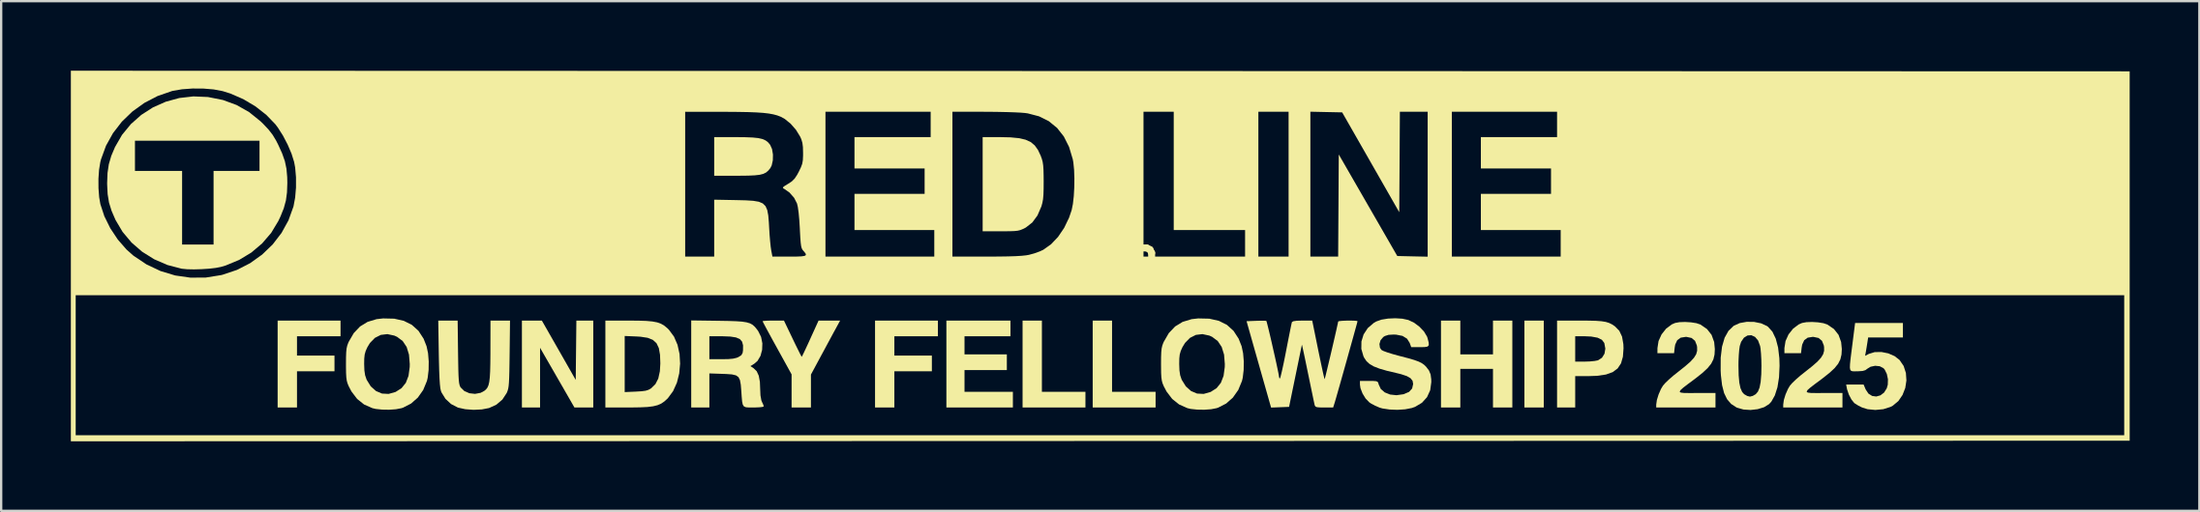
<source format=kicad_pcb>
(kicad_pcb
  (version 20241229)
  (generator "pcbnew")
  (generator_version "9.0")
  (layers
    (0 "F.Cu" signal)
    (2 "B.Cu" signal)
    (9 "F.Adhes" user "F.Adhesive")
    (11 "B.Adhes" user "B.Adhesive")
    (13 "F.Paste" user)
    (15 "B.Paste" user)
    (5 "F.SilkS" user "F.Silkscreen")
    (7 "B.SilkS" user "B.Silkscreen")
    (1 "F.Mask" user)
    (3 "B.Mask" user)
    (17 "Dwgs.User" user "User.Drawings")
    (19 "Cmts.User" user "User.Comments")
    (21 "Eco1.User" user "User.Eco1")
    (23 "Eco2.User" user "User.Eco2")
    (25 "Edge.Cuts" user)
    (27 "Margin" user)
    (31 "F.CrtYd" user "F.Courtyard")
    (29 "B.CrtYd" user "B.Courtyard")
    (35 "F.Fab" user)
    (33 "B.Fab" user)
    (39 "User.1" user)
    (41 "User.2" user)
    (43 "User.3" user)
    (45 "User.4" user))
  (footprint "sign"
    (layer "F.Cu")
    (at 44.554 7.964)
    (property "Reference" "sign" (at 0 0 0) (layer "F.SilkS") (effects (font (size 1.5 1.5) (thickness 0.3))))
    (attr board_only exclude_from_pos_files exclude_from_bom)
    (fp_poly (pts (xy 18.842 4.684) (xy 18.842 6.558) (xy 18.425 6.558) (xy 18.009 6.558) (xy 18.009 4.684) (xy 18.009 2.811) (xy 18.425 2.811) (xy 18.842 2.811)) (stroke (width 0) (type solid)) (fill yes) (layer "F.SilkS"))
    (fp_poly (pts (xy -2.759 4.346) (xy -2.759 5.882) (xy -1.822 5.882) (xy -0.885 5.882) (xy -0.885 6.22) (xy -0.885 6.558) (xy -2.238 6.558) (xy -3.591 6.558) (xy -3.591 4.684) (xy -3.591 2.811) (xy -3.175 2.811) (xy -2.759 2.811)) (stroke (width 0) (type solid)) (fill yes) (layer "F.SilkS"))
    (fp_poly (pts (xy 0.26 4.346) (xy 0.26 5.882) (xy 1.197 5.882) (xy 2.134 5.882) (xy 2.134 6.22) (xy 2.134 6.558) (xy 0.781 6.558) (xy -0.573 6.558) (xy -0.573 4.684) (xy -0.573 2.811) (xy -0.156 2.811) (xy 0.26 2.811)) (stroke (width 0) (type solid)) (fill yes) (layer "F.SilkS"))
    (fp_poly (pts (xy -32.947 3.149) (xy -32.947 3.487) (xy -33.884 3.487) (xy -34.821 3.487) (xy -34.821 3.904) (xy -34.821 4.32) (xy -34.014 4.32) (xy -33.207 4.32) (xy -33.207 4.658) (xy -33.207 4.997) (xy -34.014 4.997) (xy -34.821 4.997) (xy -34.821 5.777) (xy -34.821 6.558) (xy -35.237 6.558) (xy -35.654 6.558) (xy -35.654 4.684) (xy -35.654 2.811) (xy -34.3 2.811) (xy -32.947 2.811)) (stroke (width 0) (type solid)) (fill yes) (layer "F.SilkS"))
    (fp_poly (pts (xy -22.069 4.684) (xy -22.069 6.558) (xy -22.474 6.558) (xy -22.88 6.558) (xy -23.619 5.271) (xy -24.359 3.984) (xy -24.359 5.271) (xy -24.359 6.558) (xy -24.749 6.558) (xy -25.14 6.558) (xy -25.14 4.684) (xy -25.14 2.811) (xy -24.71 2.811) (xy -24.281 2.812) (xy -23.552 4.09) (xy -22.824 5.369) (xy -22.81 4.09) (xy -22.796 2.811) (xy -22.432 2.811) (xy -22.069 2.811)) (stroke (width 0) (type solid)) (fill yes) (layer "F.SilkS"))
    (fp_poly (pts (xy -7.235 3.149) (xy -7.235 3.487) (xy -8.172 3.487) (xy -9.109 3.487) (xy -9.109 3.904) (xy -9.109 4.32) (xy -8.302 4.32) (xy -7.495 4.32) (xy -7.495 4.658) (xy -7.495 4.997) (xy -8.302 4.997) (xy -9.109 4.997) (xy -9.109 5.777) (xy -9.109 6.558) (xy -9.525 6.558) (xy -9.941 6.558) (xy -9.941 4.684) (xy -9.941 2.811) (xy -8.588 2.811) (xy -7.235 2.811)) (stroke (width 0) (type solid)) (fill yes) (layer "F.SilkS"))
    (fp_poly (pts (xy -15.523 -5.097) (xy -15.207 -5.084) (xy -14.965 -5.059) (xy -14.784 -5.017) (xy -14.648 -4.956) (xy -14.542 -4.873) (xy -14.456 -4.77) (xy -14.374 -4.586) (xy -14.335 -4.35) (xy -14.34 -4.102) (xy -14.388 -3.882) (xy -14.447 -3.765) (xy -14.535 -3.658) (xy -14.63 -3.576) (xy -14.749 -3.517) (xy -14.906 -3.477) (xy -15.116 -3.453) (xy -15.396 -3.44) (xy -15.76 -3.436) (xy -15.888 -3.435) (xy -16.864 -3.435) (xy -16.864 -4.268) (xy -16.864 -5.101) (xy -15.928 -5.101)) (stroke (width 0) (type solid)) (fill yes) (layer "F.SilkS"))
    (fp_poly (pts (xy -4.112 3.149) (xy -4.112 3.487) (xy -5.101 3.487) (xy -6.09 3.487) (xy -6.09 3.878) (xy -6.09 4.268) (xy -5.179 4.268) (xy -4.268 4.268) (xy -4.268 4.606) (xy -4.268 4.945) (xy -5.179 4.945) (xy -6.09 4.945) (xy -6.09 5.413) (xy -6.09 5.882) (xy -5.049 5.882) (xy -4.008 5.882) (xy -4.008 6.22) (xy -4.008 6.558) (xy -5.439 6.558) (xy -6.87 6.558) (xy -6.87 4.684) (xy -6.87 2.811) (xy -5.491 2.811) (xy -4.112 2.811)) (stroke (width 0) (type solid)) (fill yes) (layer "F.SilkS"))
    (fp_poly (pts (xy 15.25 3.539) (xy 15.25 4.268) (xy 15.953 4.268) (xy 16.656 4.268) (xy 16.656 3.539) (xy 16.656 2.811) (xy 17.072 2.811) (xy 17.489 2.811) (xy 17.489 4.684) (xy 17.489 6.558) (xy 17.072 6.558) (xy 16.656 6.558) (xy 16.656 5.725) (xy 16.656 4.893) (xy 15.953 4.893) (xy 15.25 4.893) (xy 15.25 5.725) (xy 15.25 6.558) (xy 14.834 6.558) (xy 14.418 6.558) (xy 14.418 4.684) (xy 14.418 2.811) (xy 14.834 2.811) (xy 15.25 2.811)) (stroke (width 0) (type solid)) (fill yes) (layer "F.SilkS"))
    (fp_poly (pts (xy -4.113 -5.091) (xy -3.752 -5.056) (xy -3.466 -4.991) (xy -3.242 -4.889) (xy -3.068 -4.744) (xy -2.929 -4.55) (xy -2.812 -4.302) (xy -2.809 -4.294) (xy -2.76 -4.159) (xy -2.726 -4.029) (xy -2.704 -3.882) (xy -2.691 -3.693) (xy -2.685 -3.44) (xy -2.683 -3.201) (xy -2.685 -2.869) (xy -2.693 -2.617) (xy -2.71 -2.423) (xy -2.739 -2.264) (xy -2.78 -2.116) (xy -2.781 -2.112) (xy -2.95 -1.722) (xy -3.172 -1.42) (xy -3.448 -1.204) (xy -3.485 -1.184) (xy -3.597 -1.129) (xy -3.696 -1.09) (xy -3.807 -1.064) (xy -3.948 -1.05) (xy -4.143 -1.043) (xy -4.413 -1.041) (xy -4.534 -1.041) (xy -5.309 -1.041) (xy -5.309 -3.071) (xy -5.309 -5.101) (xy -4.564 -5.101)) (stroke (width 0) (type solid)) (fill yes) (layer "F.SilkS"))
    (fp_poly (pts (xy -13.488 3.591) (xy -13.363 3.851) (xy -13.253 4.073) (xy -13.168 4.244) (xy -13.113 4.348) (xy -13.097 4.372) (xy -13.071 4.327) (xy -13.01 4.203) (xy -12.921 4.015) (xy -12.812 3.78) (xy -12.726 3.591) (xy -12.372 2.811) (xy -11.908 2.811) (xy -11.444 2.811) (xy -11.649 3.188) (xy -11.746 3.366) (xy -11.878 3.611) (xy -12.031 3.895) (xy -12.191 4.192) (xy -12.277 4.352) (xy -12.7 5.139) (xy -12.7 5.848) (xy -12.7 6.558) (xy -13.116 6.558) (xy -13.533 6.558) (xy -13.533 5.844) (xy -13.533 5.13) (xy -14.157 3.997) (xy -14.329 3.685) (xy -14.482 3.404) (xy -14.611 3.166) (xy -14.708 2.984) (xy -14.767 2.87) (xy -14.782 2.837) (xy -14.734 2.826) (xy -14.605 2.816) (xy -14.419 2.811) (xy -14.321 2.811) (xy -13.861 2.811)) (stroke (width 0) (type solid)) (fill yes) (layer "F.SilkS"))
    (fp_poly (pts (xy 20.788 2.813) (xy 21.093 2.821) (xy 21.328 2.839) (xy 21.509 2.868) (xy 21.653 2.912) (xy 21.777 2.973) (xy 21.898 3.054) (xy 21.905 3.059) (xy 22.092 3.25) (xy 22.211 3.502) (xy 22.268 3.826) (xy 22.275 4.008) (xy 22.249 4.366) (xy 22.168 4.653) (xy 22.023 4.873) (xy 21.809 5.033) (xy 21.518 5.137) (xy 21.143 5.192) (xy 20.787 5.205) (xy 20.195 5.205) (xy 20.195 5.882) (xy 20.195 6.558) (xy 19.805 6.558) (xy 19.414 6.558) (xy 19.414 4.684) (xy 19.414 4.034) (xy 20.195 4.034) (xy 20.195 4.58) (xy 20.604 4.58) (xy 20.824 4.573) (xy 21.026 4.553) (xy 21.168 4.526) (xy 21.178 4.523) (xy 21.348 4.413) (xy 21.456 4.238) (xy 21.492 4.021) (xy 21.449 3.786) (xy 21.445 3.774) (xy 21.344 3.64) (xy 21.159 3.549) (xy 20.884 3.499) (xy 20.613 3.487) (xy 20.195 3.487) (xy 20.195 4.034) (xy 19.414 4.034) (xy 19.414 2.811) (xy 20.396 2.811)) (stroke (width 0) (type solid)) (fill yes) (layer "F.SilkS"))
    (fp_poly (pts (xy -20.12 2.814) (xy -19.785 2.825) (xy -19.523 2.849) (xy -19.317 2.888) (xy -19.153 2.947) (xy -19.013 3.029) (xy -18.883 3.137) (xy -18.809 3.211) (xy -18.594 3.503) (xy -18.442 3.857) (xy -18.355 4.252) (xy -18.331 4.669) (xy -18.369 5.088) (xy -18.469 5.489) (xy -18.632 5.851) (xy -18.855 6.154) (xy -18.881 6.181) (xy -19.013 6.301) (xy -19.148 6.393) (xy -19.304 6.46) (xy -19.495 6.507) (xy -19.737 6.537) (xy -20.048 6.552) (xy -20.442 6.558) (xy -20.569 6.558) (xy -21.548 6.558) (xy -21.548 4.685) (xy -20.716 4.685) (xy -20.716 5.894) (xy -20.232 5.873) (xy -19.986 5.858) (xy -19.816 5.835) (xy -19.693 5.797) (xy -19.589 5.739) (xy -19.574 5.728) (xy -19.394 5.55) (xy -19.271 5.31) (xy -19.202 4.997) (xy -19.182 4.658) (xy -19.196 4.283) (xy -19.247 3.996) (xy -19.347 3.787) (xy -19.504 3.643) (xy -19.73 3.553) (xy -20.035 3.507) (xy -20.208 3.496) (xy -20.716 3.475) (xy -20.716 4.685) (xy -21.548 4.685) (xy -21.548 4.684) (xy -21.548 2.811) (xy -20.543 2.811)) (stroke (width 0) (type solid)) (fill yes) (layer "F.SilkS"))
    (fp_poly (pts (xy -27.889 4.179) (xy -27.883 4.599) (xy -27.877 4.927) (xy -27.869 5.177) (xy -27.858 5.361) (xy -27.844 5.493) (xy -27.825 5.585) (xy -27.801 5.651) (xy -27.777 5.693) (xy -27.617 5.85) (xy -27.4 5.944) (xy -27.158 5.971) (xy -26.919 5.927) (xy -26.758 5.841) (xy -26.683 5.777) (xy -26.624 5.699) (xy -26.579 5.596) (xy -26.546 5.454) (xy -26.523 5.262) (xy -26.508 5.007) (xy -26.5 4.676) (xy -26.496 4.258) (xy -26.496 4.099) (xy -26.493 2.811) (xy -26.072 2.811) (xy -25.652 2.811) (xy -25.669 4.255) (xy -25.675 4.685) (xy -25.681 5.025) (xy -25.689 5.288) (xy -25.699 5.486) (xy -25.712 5.634) (xy -25.73 5.745) (xy -25.754 5.832) (xy -25.784 5.909) (xy -25.795 5.934) (xy -25.981 6.217) (xy -26.242 6.439) (xy -26.554 6.582) (xy -26.866 6.642) (xy -27.223 6.659) (xy -27.578 6.633) (xy -27.885 6.565) (xy -27.898 6.561) (xy -28.189 6.41) (xy -28.431 6.185) (xy -28.601 5.909) (xy -28.625 5.847) (xy -28.65 5.739) (xy -28.67 5.561) (xy -28.687 5.305) (xy -28.701 4.965) (xy -28.712 4.533) (xy -28.718 4.229) (xy -28.74 2.811) (xy -28.323 2.811) (xy -27.906 2.811)) (stroke (width 0) (type solid)) (fill yes) (layer "F.SilkS"))
    (fp_poly (pts (xy 25.18 2.886) (xy 25.413 2.923) (xy 25.583 2.98) (xy 25.583 2.98) (xy 25.868 3.176) (xy 26.065 3.427) (xy 26.176 3.735) (xy 26.205 4.038) (xy 26.192 4.276) (xy 26.143 4.482) (xy 26.047 4.671) (xy 25.894 4.861) (xy 25.673 5.067) (xy 25.373 5.305) (xy 25.335 5.334) (xy 25.05 5.546) (xy 24.847 5.702) (xy 24.727 5.81) (xy 24.691 5.878) (xy 24.74 5.916) (xy 24.875 5.932) (xy 25.099 5.935) (xy 25.411 5.934) (xy 25.415 5.934) (xy 26.233 5.934) (xy 26.233 6.246) (xy 26.233 6.558) (xy 24.958 6.558) (xy 23.682 6.558) (xy 23.682 6.436) (xy 23.71 6.236) (xy 23.784 5.996) (xy 23.887 5.76) (xy 23.972 5.617) (xy 24.07 5.504) (xy 24.229 5.351) (xy 24.427 5.179) (xy 24.62 5.025) (xy 24.925 4.783) (xy 25.151 4.585) (xy 25.306 4.415) (xy 25.401 4.263) (xy 25.443 4.114) (xy 25.442 3.957) (xy 25.431 3.884) (xy 25.352 3.684) (xy 25.204 3.561) (xy 24.985 3.514) (xy 24.954 3.513) (xy 24.736 3.548) (xy 24.587 3.657) (xy 24.499 3.846) (xy 24.477 3.976) (xy 24.45 4.216) (xy 24.092 4.216) (xy 23.734 4.216) (xy 23.735 3.995) (xy 23.782 3.693) (xy 23.912 3.407) (xy 24.106 3.16) (xy 24.349 2.977) (xy 24.495 2.913) (xy 24.682 2.879) (xy 24.923 2.87)) (stroke (width 0) (type solid)) (fill yes) (layer "F.SilkS"))
    (fp_poly (pts (xy 30.645 2.886) (xy 30.878 2.923) (xy 31.048 2.98) (xy 31.048 2.98) (xy 31.333 3.176) (xy 31.53 3.427) (xy 31.641 3.735) (xy 31.671 4.038) (xy 31.657 4.276) (xy 31.608 4.482) (xy 31.513 4.671) (xy 31.36 4.861) (xy 31.138 5.067) (xy 30.838 5.305) (xy 30.8 5.334) (xy 30.515 5.546) (xy 30.312 5.702) (xy 30.192 5.81) (xy 30.156 5.878) (xy 30.205 5.916) (xy 30.34 5.932) (xy 30.564 5.935) (xy 30.876 5.934) (xy 30.88 5.934) (xy 31.698 5.934) (xy 31.698 6.246) (xy 31.698 6.558) (xy 30.423 6.558) (xy 29.148 6.558) (xy 29.148 6.436) (xy 29.175 6.236) (xy 29.249 5.996) (xy 29.352 5.76) (xy 29.437 5.617) (xy 29.535 5.504) (xy 29.694 5.351) (xy 29.892 5.179) (xy 30.085 5.025) (xy 30.39 4.783) (xy 30.616 4.585) (xy 30.772 4.415) (xy 30.866 4.263) (xy 30.908 4.114) (xy 30.907 3.957) (xy 30.896 3.884) (xy 30.817 3.684) (xy 30.669 3.561) (xy 30.45 3.514) (xy 30.419 3.513) (xy 30.201 3.548) (xy 30.052 3.657) (xy 29.965 3.846) (xy 29.942 3.976) (xy 29.915 4.216) (xy 29.557 4.216) (xy 29.2 4.216) (xy 29.2 3.995) (xy 29.248 3.693) (xy 29.377 3.407) (xy 29.572 3.16) (xy 29.814 2.977) (xy 29.96 2.913) (xy 30.147 2.879) (xy 30.388 2.87)) (stroke (width 0) (type solid)) (fill yes) (layer "F.SilkS"))
    (fp_poly (pts (xy 27.894 2.868) (xy 28.196 2.929) (xy 28.448 3.045) (xy 28.495 3.079) (xy 28.683 3.289) (xy 28.827 3.59) (xy 28.928 3.973) (xy 28.982 4.435) (xy 28.991 4.762) (xy 28.968 5.258) (xy 28.9 5.686) (xy 28.788 6.038) (xy 28.637 6.307) (xy 28.54 6.413) (xy 28.326 6.546) (xy 28.049 6.631) (xy 27.743 6.666) (xy 27.438 6.646) (xy 27.167 6.569) (xy 27.13 6.552) (xy 26.906 6.405) (xy 26.732 6.202) (xy 26.603 5.936) (xy 26.516 5.594) (xy 26.466 5.168) (xy 26.455 4.971) (xy 26.456 4.762) (xy 27.222 4.762) (xy 27.231 5.172) (xy 27.259 5.489) (xy 27.309 5.725) (xy 27.382 5.89) (xy 27.467 5.985) (xy 27.597 6.06) (xy 27.716 6.09) (xy 27.839 6.058) (xy 27.965 5.985) (xy 28.061 5.872) (xy 28.131 5.698) (xy 28.178 5.452) (xy 28.204 5.123) (xy 28.211 4.762) (xy 28.206 4.493) (xy 28.192 4.232) (xy 28.172 4.016) (xy 28.154 3.907) (xy 28.066 3.669) (xy 27.934 3.514) (xy 27.776 3.442) (xy 27.612 3.453) (xy 27.459 3.548) (xy 27.337 3.725) (xy 27.278 3.907) (xy 27.255 4.069) (xy 27.236 4.301) (xy 27.224 4.567) (xy 27.222 4.762) (xy 26.456 4.762) (xy 26.457 4.41) (xy 26.514 3.937) (xy 26.626 3.551) (xy 26.793 3.252) (xy 27.015 3.038) (xy 27.027 3.03) (xy 27.277 2.918) (xy 27.577 2.864)) (stroke (width 0) (type solid)) (fill yes) (layer "F.SilkS"))
    (fp_poly (pts (xy 34.3 3.227) (xy 34.3 3.539) (xy 33.552 3.539) (xy 32.804 3.539) (xy 32.77 3.761) (xy 32.74 3.949) (xy 32.71 4.129) (xy 32.705 4.156) (xy 32.673 4.33) (xy 32.834 4.247) (xy 33.085 4.17) (xy 33.375 4.165) (xy 33.672 4.225) (xy 33.944 4.344) (xy 34.155 4.509) (xy 34.332 4.769) (xy 34.429 5.07) (xy 34.451 5.393) (xy 34.402 5.716) (xy 34.284 6.018) (xy 34.104 6.281) (xy 33.864 6.482) (xy 33.766 6.534) (xy 33.456 6.632) (xy 33.112 6.665) (xy 32.776 6.632) (xy 32.532 6.554) (xy 32.371 6.472) (xy 32.238 6.389) (xy 32.201 6.36) (xy 32.083 6.212) (xy 31.975 6.005) (xy 31.899 5.785) (xy 31.889 5.738) (xy 31.857 5.569) (xy 32.233 5.57) (xy 32.609 5.57) (xy 32.696 5.778) (xy 32.816 5.96) (xy 32.976 6.061) (xy 33.154 6.085) (xy 33.331 6.035) (xy 33.488 5.917) (xy 33.604 5.733) (xy 33.649 5.574) (xy 33.656 5.342) (xy 33.608 5.112) (xy 33.516 4.924) (xy 33.462 4.862) (xy 33.303 4.78) (xy 33.105 4.76) (xy 32.909 4.801) (xy 32.779 4.88) (xy 32.684 4.949) (xy 32.564 4.984) (xy 32.385 4.996) (xy 32.332 4.997) (xy 32.217 4.999) (xy 32.131 4.996) (xy 32.07 4.977) (xy 32.033 4.929) (xy 32.018 4.838) (xy 32.023 4.693) (xy 32.044 4.482) (xy 32.08 4.19) (xy 32.125 3.839) (xy 32.242 2.915) (xy 33.271 2.915) (xy 34.3 2.915)) (stroke (width 0) (type solid)) (fill yes) (layer "F.SilkS"))
    (fp_poly (pts (xy -30.637 2.728) (xy -30.225 2.821) (xy -29.877 2.995) (xy -29.593 3.252) (xy -29.373 3.59) (xy -29.244 3.916) (xy -29.18 4.217) (xy -29.151 4.574) (xy -29.156 4.941) (xy -29.196 5.277) (xy -29.229 5.417) (xy -29.388 5.802) (xy -29.619 6.131) (xy -29.911 6.389) (xy -30.251 6.564) (xy -30.322 6.588) (xy -30.56 6.634) (xy -30.853 6.655) (xy -31.158 6.65) (xy -31.433 6.621) (xy -31.577 6.587) (xy -31.935 6.428) (xy -32.232 6.19) (xy -32.477 5.867) (xy -32.597 5.638) (xy -32.645 5.522) (xy -32.678 5.404) (xy -32.698 5.26) (xy -32.709 5.068) (xy -32.713 4.804) (xy -32.713 4.684) (xy -31.93 4.684) (xy -31.92 4.959) (xy -31.889 5.166) (xy -31.83 5.342) (xy -31.82 5.366) (xy -31.645 5.649) (xy -31.421 5.848) (xy -31.162 5.958) (xy -30.877 5.973) (xy -30.58 5.889) (xy -30.577 5.888) (xy -30.321 5.724) (xy -30.137 5.495) (xy -30.021 5.194) (xy -29.97 4.816) (xy -29.967 4.684) (xy -30.001 4.277) (xy -30.102 3.947) (xy -30.272 3.693) (xy -30.513 3.512) (xy -30.633 3.458) (xy -30.931 3.394) (xy -31.213 3.428) (xy -31.467 3.556) (xy -31.68 3.774) (xy -31.79 3.956) (xy -31.864 4.12) (xy -31.907 4.271) (xy -31.926 4.447) (xy -31.93 4.684) (xy -32.713 4.684) (xy -32.711 4.389) (xy -32.703 4.174) (xy -32.687 4.015) (xy -32.659 3.891) (xy -32.617 3.776) (xy -32.595 3.726) (xy -32.377 3.35) (xy -32.107 3.065) (xy -31.782 2.866) (xy -31.395 2.749) (xy -31.114 2.717)) (stroke (width 0) (type solid)) (fill yes) (layer "F.SilkS"))
    (fp_poly (pts (xy 4.444 2.728) (xy 4.856 2.821) (xy 5.204 2.995) (xy 5.488 3.252) (xy 5.708 3.59) (xy 5.837 3.916) (xy 5.901 4.217) (xy 5.931 4.574) (xy 5.925 4.941) (xy 5.885 5.277) (xy 5.852 5.417) (xy 5.693 5.802) (xy 5.462 6.131) (xy 5.171 6.389) (xy 4.83 6.564) (xy 4.759 6.588) (xy 4.522 6.634) (xy 4.229 6.655) (xy 3.923 6.65) (xy 3.648 6.621) (xy 3.504 6.587) (xy 3.147 6.428) (xy 2.849 6.19) (xy 2.604 5.867) (xy 2.484 5.638) (xy 2.436 5.522) (xy 2.403 5.404) (xy 2.383 5.26) (xy 2.372 5.068) (xy 2.369 4.804) (xy 2.368 4.684) (xy 3.151 4.684) (xy 3.161 4.959) (xy 3.192 5.166) (xy 3.251 5.342) (xy 3.261 5.366) (xy 3.437 5.649) (xy 3.66 5.848) (xy 3.919 5.958) (xy 4.204 5.973) (xy 4.501 5.889) (xy 4.504 5.888) (xy 4.76 5.724) (xy 4.944 5.495) (xy 5.06 5.194) (xy 5.111 4.816) (xy 5.114 4.684) (xy 5.081 4.277) (xy 4.979 3.947) (xy 4.809 3.693) (xy 4.568 3.512) (xy 4.449 3.458) (xy 4.15 3.394) (xy 3.868 3.428) (xy 3.615 3.556) (xy 3.401 3.774) (xy 3.291 3.956) (xy 3.217 4.12) (xy 3.174 4.271) (xy 3.155 4.447) (xy 3.151 4.684) (xy 2.368 4.684) (xy 2.37 4.389) (xy 2.378 4.174) (xy 2.394 4.015) (xy 2.422 3.891) (xy 2.464 3.776) (xy 2.486 3.726) (xy 2.704 3.35) (xy 2.974 3.065) (xy 3.299 2.866) (xy 3.687 2.749) (xy 3.967 2.717)) (stroke (width 0) (type solid)) (fill yes) (layer "F.SilkS"))
    (fp_poly (pts (xy -16.669 2.82) (xy -16.248 2.827) (xy -15.918 2.838) (xy -15.663 2.856) (xy -15.47 2.886) (xy -15.323 2.93) (xy -15.21 2.993) (xy -15.115 3.079) (xy -15.024 3.19) (xy -14.968 3.268) (xy -14.846 3.515) (xy -14.791 3.792) (xy -14.801 4.073) (xy -14.872 4.335) (xy -15.001 4.552) (xy -15.145 4.676) (xy -15.306 4.774) (xy -15.17 4.863) (xy -15.035 4.994) (xy -14.946 5.187) (xy -14.897 5.454) (xy -14.886 5.737) (xy -14.873 6.035) (xy -14.835 6.247) (xy -14.808 6.317) (xy -14.753 6.434) (xy -14.73 6.511) (xy -14.73 6.512) (xy -14.778 6.533) (xy -14.906 6.549) (xy -15.09 6.557) (xy -15.169 6.558) (xy -15.362 6.559) (xy -15.496 6.549) (xy -15.582 6.514) (xy -15.633 6.437) (xy -15.662 6.301) (xy -15.681 6.09) (xy -15.696 5.866) (xy -15.719 5.58) (xy -15.755 5.379) (xy -15.819 5.249) (xy -15.929 5.172) (xy -16.101 5.132) (xy -16.353 5.114) (xy -16.494 5.109) (xy -17.072 5.089) (xy -17.072 5.824) (xy -17.072 6.558) (xy -17.462 6.558) (xy -17.853 6.558) (xy -17.853 4.681) (xy -17.853 3.982) (xy -17.072 3.982) (xy -17.072 4.476) (xy -16.539 4.476) (xy -16.254 4.471) (xy -16.05 4.452) (xy -15.901 4.417) (xy -15.823 4.385) (xy -15.698 4.306) (xy -15.641 4.206) (xy -15.624 4.091) (xy -15.622 3.877) (xy -15.664 3.719) (xy -15.761 3.608) (xy -15.925 3.538) (xy -16.167 3.5) (xy -16.499 3.487) (xy -16.55 3.487) (xy -17.072 3.487) (xy -17.072 3.982) (xy -17.853 3.982) (xy -17.853 2.804)) (stroke (width 0) (type solid)) (fill yes) (layer "F.SilkS"))
    (fp_poly (pts (xy -38.661 -6.831) (xy -38.645 -6.829) (xy -38.005 -6.701) (xy -37.419 -6.485) (xy -36.88 -6.179) (xy -36.384 -5.778) (xy -36.269 -5.665) (xy -36.044 -5.425) (xy -35.873 -5.205) (xy -35.726 -4.962) (xy -35.632 -4.778) (xy -35.46 -4.399) (xy -35.343 -4.065) (xy -35.274 -3.736) (xy -35.242 -3.376) (xy -35.237 -3.123) (xy -35.251 -2.717) (xy -35.298 -2.368) (xy -35.389 -2.035) (xy -35.531 -1.68) (xy -35.625 -1.481) (xy -35.932 -0.971) (xy -36.322 -0.516) (xy -36.785 -0.124) (xy -37.311 0.195) (xy -37.889 0.435) (xy -38.094 0.496) (xy -38.314 0.539) (xy -38.603 0.573) (xy -38.927 0.594) (xy -39.253 0.603) (xy -39.546 0.597) (xy -39.774 0.575) (xy -39.788 0.573) (xy -40.397 0.414) (xy -40.966 0.167) (xy -41.485 -0.158) (xy -41.942 -0.554) (xy -42.328 -1.015) (xy -42.633 -1.531) (xy -42.635 -1.535) (xy -42.802 -1.923) (xy -42.911 -2.276) (xy -42.971 -2.639) (xy -42.992 -3.053) (xy -42.993 -3.123) (xy -42.976 -3.557) (xy -42.92 -3.932) (xy -42.815 -4.292) (xy -42.814 -4.294) (xy -41.795 -4.294) (xy -41.795 -3.643) (xy -40.781 -3.643) (xy -39.766 -3.643) (xy -39.766 -2.056) (xy -39.766 -0.468) (xy -39.089 -0.468) (xy -38.412 -0.468) (xy -38.412 -2.056) (xy -38.412 -3.643) (xy -37.423 -3.643) (xy -36.434 -3.643) (xy -36.434 -4.294) (xy -36.434 -4.945) (xy -39.115 -4.945) (xy -41.795 -4.945) (xy -41.795 -4.294) (xy -42.814 -4.294) (xy -42.654 -4.673) (xy -42.351 -5.199) (xy -41.97 -5.663) (xy -41.523 -6.059) (xy -41.02 -6.383) (xy -40.471 -6.627) (xy -39.888 -6.787) (xy -39.281 -6.857)) (stroke (width 0) (type solid)) (fill yes) (layer "F.SilkS"))
    (fp_poly (pts (xy 12.755 2.729) (xy 13.013 2.785) (xy 13.013 2.785) (xy 13.259 2.902) (xy 13.492 3.077) (xy 13.687 3.283) (xy 13.815 3.496) (xy 13.84 3.565) (xy 13.888 3.756) (xy 13.894 3.872) (xy 13.841 3.931) (xy 13.715 3.953) (xy 13.517 3.956) (xy 13.137 3.956) (xy 13.071 3.773) (xy 12.955 3.59) (xy 12.761 3.471) (xy 12.486 3.417) (xy 12.377 3.413) (xy 12.161 3.426) (xy 12.006 3.475) (xy 11.935 3.519) (xy 11.818 3.656) (xy 11.769 3.822) (xy 11.792 3.983) (xy 11.857 4.077) (xy 11.942 4.122) (xy 12.107 4.183) (xy 12.33 4.253) (xy 12.59 4.325) (xy 12.663 4.344) (xy 13.005 4.433) (xy 13.261 4.508) (xy 13.45 4.576) (xy 13.589 4.644) (xy 13.694 4.719) (xy 13.774 4.797) (xy 13.9 4.961) (xy 13.971 5.13) (xy 13.999 5.343) (xy 14.001 5.464) (xy 13.954 5.813) (xy 13.818 6.113) (xy 13.599 6.355) (xy 13.304 6.531) (xy 13.16 6.582) (xy 12.876 6.637) (xy 12.545 6.659) (xy 12.206 6.646) (xy 11.904 6.601) (xy 11.78 6.566) (xy 11.586 6.484) (xy 11.4 6.383) (xy 11.332 6.336) (xy 11.174 6.172) (xy 11.041 5.955) (xy 10.953 5.726) (xy 10.93 5.57) (xy 10.93 5.413) (xy 11.317 5.413) (xy 11.514 5.415) (xy 11.632 5.425) (xy 11.693 5.453) (xy 11.722 5.507) (xy 11.736 5.563) (xy 11.828 5.76) (xy 11.999 5.908) (xy 12.229 6) (xy 12.5 6.029) (xy 12.796 5.988) (xy 12.82 5.982) (xy 13.044 5.885) (xy 13.176 5.74) (xy 13.22 5.545) (xy 13.22 5.542) (xy 13.194 5.406) (xy 13.106 5.295) (xy 12.945 5.203) (xy 12.7 5.122) (xy 12.497 5.072) (xy 12.088 4.975) (xy 11.768 4.882) (xy 11.525 4.787) (xy 11.344 4.682) (xy 11.211 4.56) (xy 11.113 4.415) (xy 11.081 4.35) (xy 10.989 4.031) (xy 10.994 3.711) (xy 11.088 3.406) (xy 11.266 3.135) (xy 11.523 2.913) (xy 11.633 2.849) (xy 11.854 2.771) (xy 12.139 2.724) (xy 12.452 2.71)) (stroke (width 0) (type solid)) (fill yes) (layer "F.SilkS"))
    (fp_poly (pts (xy 10.668 2.814) (xy 10.785 2.823) (xy 10.826 2.837) (xy 10.813 2.892) (xy 10.775 3.033) (xy 10.716 3.246) (xy 10.641 3.518) (xy 10.553 3.834) (xy 10.456 4.181) (xy 10.355 4.545) (xy 10.252 4.912) (xy 10.152 5.267) (xy 10.059 5.597) (xy 9.976 5.889) (xy 9.908 6.128) (xy 9.858 6.3) (xy 9.831 6.389) (xy 9.777 6.558) (xy 9.392 6.558) (xy 9.193 6.556) (xy 9.075 6.544) (xy 9.013 6.515) (xy 8.984 6.464) (xy 8.978 6.441) (xy 8.96 6.359) (xy 8.924 6.19) (xy 8.874 5.95) (xy 8.813 5.655) (xy 8.744 5.321) (xy 8.693 5.075) (xy 8.622 4.732) (xy 8.559 4.427) (xy 8.505 4.173) (xy 8.464 3.985) (xy 8.439 3.875) (xy 8.432 3.852) (xy 8.42 3.908) (xy 8.39 4.052) (xy 8.345 4.27) (xy 8.288 4.55) (xy 8.221 4.876) (xy 8.153 5.205) (xy 7.88 6.532) (xy 7.492 6.547) (xy 7.105 6.562) (xy 6.577 4.699) (xy 6.05 2.837) (xy 6.467 2.821) (xy 6.663 2.816) (xy 6.815 2.817) (xy 6.895 2.822) (xy 6.901 2.824) (xy 6.92 2.88) (xy 6.956 3.021) (xy 7.007 3.228) (xy 7.068 3.484) (xy 7.135 3.772) (xy 7.203 4.075) (xy 7.271 4.374) (xy 7.332 4.652) (xy 7.383 4.892) (xy 7.421 5.077) (xy 7.441 5.188) (xy 7.443 5.209) (xy 7.46 5.291) (xy 7.483 5.309) (xy 7.504 5.26) (xy 7.54 5.123) (xy 7.589 4.912) (xy 7.647 4.642) (xy 7.711 4.326) (xy 7.75 4.125) (xy 7.816 3.785) (xy 7.877 3.477) (xy 7.929 3.217) (xy 7.969 3.02) (xy 7.995 2.902) (xy 8.002 2.876) (xy 8.062 2.839) (xy 8.213 2.817) (xy 8.451 2.811) (xy 8.876 2.811) (xy 9.134 4.082) (xy 9.206 4.429) (xy 9.271 4.739) (xy 9.327 4.998) (xy 9.371 5.192) (xy 9.4 5.308) (xy 9.411 5.337) (xy 9.426 5.284) (xy 9.461 5.147) (xy 9.511 4.942) (xy 9.572 4.686) (xy 9.641 4.397) (xy 9.713 4.091) (xy 9.784 3.785) (xy 9.851 3.496) (xy 9.909 3.241) (xy 9.954 3.036) (xy 9.984 2.9) (xy 9.993 2.85) (xy 10.04 2.833) (xy 10.161 2.821) (xy 10.326 2.813) (xy 10.505 2.811)) (stroke (width 0) (type solid)) (fill yes) (layer "F.SilkS"))
    (fp_poly (pts (xy -0.247 -7.951) (xy 44.06 -7.938) (xy 44.06 0.026) (xy 44.06 7.99) (xy -0.247 8.003) (xy -44.554 8.016) (xy -44.554 4.736) (xy -44.346 4.736) (xy -44.346 7.755) (xy -0.26 7.755) (xy 43.825 7.755) (xy 43.825 4.736) (xy 43.825 1.718) (xy -0.26 1.718) (xy -44.346 1.718) (xy -44.346 4.736) (xy -44.554 4.736) (xy -44.554 0.026) (xy -44.554 -3.305) (xy -43.367 -3.305) (xy -43.365 -2.896) (xy -43.335 -2.509) (xy -43.284 -2.212) (xy -43.113 -1.69) (xy -42.857 -1.171) (xy -42.533 -0.683) (xy -42.156 -0.251) (xy -41.86 0.012) (xy -41.298 0.389) (xy -40.696 0.674) (xy -40.063 0.865) (xy -39.41 0.959) (xy -38.748 0.955) (xy -38.086 0.849) (xy -38.019 0.832) (xy -37.406 0.626) (xy -36.837 0.334) (xy -36.322 -0.035) (xy -35.869 -0.471) (xy -35.488 -0.967) (xy -35.187 -1.513) (xy -34.976 -2.1) (xy -34.971 -2.119) (xy -34.9 -2.495) (xy -34.864 -2.927) (xy -34.864 -3.071) (xy -18.113 -3.071) (xy -18.113 0.052) (xy -17.489 0.052) (xy -16.864 0.052) (xy -16.864 -1.175) (xy -16.864 -2.403) (xy -15.912 -2.385) (xy -15.501 -2.375) (xy -15.183 -2.355) (xy -14.944 -2.314) (xy -14.772 -2.241) (xy -14.655 -2.126) (xy -14.581 -1.958) (xy -14.537 -1.727) (xy -14.511 -1.422) (xy -14.497 -1.171) (xy -14.48 -0.887) (xy -14.457 -0.613) (xy -14.433 -0.38) (xy -14.41 -0.221) (xy -14.358 0.052) (xy -13.633 0.052) (xy -13.324 0.05) (xy -13.109 0.041) (xy -12.977 0.022) (xy -12.919 -0.013) (xy -12.923 -0.067) (xy -12.979 -0.145) (xy -13.023 -0.194) (xy -13.067 -0.248) (xy -13.1 -0.316) (xy -13.124 -0.414) (xy -13.142 -0.56) (xy -13.158 -0.771) (xy -13.174 -1.064) (xy -13.178 -1.156) (xy -13.201 -1.526) (xy -13.23 -1.842) (xy -13.264 -2.087) (xy -13.299 -2.238) (xy -13.426 -2.486) (xy -13.623 -2.71) (xy -13.836 -2.86) (xy -13.898 -2.897) (xy -13.907 -2.932) (xy -13.852 -2.982) (xy -13.721 -3.064) (xy -13.709 -3.071) (xy -12.075 -3.071) (xy -12.075 0.052) (xy -9.733 0.052) (xy -7.391 0.052) (xy -7.391 -0.52) (xy -7.391 -1.093) (xy -9.109 -1.093) (xy -10.826 -1.093) (xy -10.826 -1.874) (xy -10.826 -2.655) (xy -9.317 -2.655) (xy -7.807 -2.655) (xy -7.807 -3.071) (xy -6.61 -3.071) (xy -6.61 0.052) (xy -5.14 0.051) (xy -4.636 0.049) (xy -4.225 0.043) (xy -3.896 0.033) (xy -3.638 0.017) (xy -3.442 -0.003) (xy -3.317 -0.025) (xy -3.085 -0.088) (xy -2.849 -0.173) (xy -2.701 -0.242) (xy -2.369 -0.477) (xy -2.065 -0.797) (xy -1.801 -1.187) (xy -1.589 -1.628) (xy -1.478 -1.956) (xy -1.425 -2.22) (xy -1.387 -2.556) (xy -1.366 -2.934) (xy -1.364 -3.071) (xy 1.614 -3.071) (xy 1.614 0.052) (xy 3.8 0.052) (xy 5.986 0.052) (xy 5.986 -0.52) (xy 5.986 -1.093) (xy 4.45 -1.093) (xy 2.915 -1.093) (xy 2.915 -3.071) (xy 6.558 -3.071) (xy 6.558 0.052) (xy 7.209 0.052) (xy 7.859 0.052) (xy 7.859 -3.071) (xy 7.859 -3.072) (xy 8.796 -3.072) (xy 8.796 0.052) (xy 9.394 0.052) (xy 9.992 0.052) (xy 10.006 -2.15) (xy 10.019 -4.352) (xy 11.278 -2.163) (xy 12.537 0.026) (xy 13.191 0.041) (xy 13.845 0.055) (xy 13.845 -3.069) (xy 13.845 -3.071) (xy 14.886 -3.071) (xy 14.886 0.052) (xy 17.228 0.052) (xy 19.57 0.052) (xy 19.57 -0.52) (xy 19.57 -1.093) (xy 17.853 -1.093) (xy 16.135 -1.093) (xy 16.135 -1.874) (xy 16.135 -2.655) (xy 17.645 -2.655) (xy 19.154 -2.655) (xy 19.154 -3.201) (xy 19.154 -3.748) (xy 17.645 -3.748) (xy 16.135 -3.748) (xy 16.135 -4.424) (xy 16.135 -5.101) (xy 17.775 -5.101) (xy 19.414 -5.101) (xy 19.414 -5.647) (xy 19.414 -6.194) (xy 17.15 -6.194) (xy 14.886 -6.194) (xy 14.886 -3.071) (xy 13.845 -3.071) (xy 13.845 -6.194) (xy 13.247 -6.194) (xy 12.649 -6.194) (xy 12.636 -4.028) (xy 12.622 -1.863) (xy 11.394 -4.015) (xy 10.165 -6.168) (xy 9.481 -6.182) (xy 8.796 -6.197) (xy 8.796 -3.072) (xy 7.859 -3.072) (xy 7.859 -6.194) (xy 7.209 -6.194) (xy 6.558 -6.194) (xy 6.558 -3.071) (xy 2.915 -3.071) (xy 2.915 -3.643) (xy 2.915 -6.194) (xy 2.264 -6.194) (xy 1.614 -6.194) (xy 1.614 -3.071) (xy -1.364 -3.071) (xy -1.361 -3.323) (xy -1.374 -3.692) (xy -1.406 -4.01) (xy -1.431 -4.149) (xy -1.589 -4.677) (xy -1.815 -5.127) (xy -2.107 -5.498) (xy -2.463 -5.789) (xy -2.883 -5.998) (xy -3.365 -6.124) (xy -3.486 -6.141) (xy -3.663 -6.156) (xy -3.923 -6.169) (xy -4.247 -6.18) (xy -4.613 -6.188) (xy -5.002 -6.193) (xy -5.269 -6.194) (xy -6.61 -6.194) (xy -6.61 -3.071) (xy -7.807 -3.071) (xy -7.807 -3.201) (xy -7.807 -3.748) (xy -9.317 -3.748) (xy -10.826 -3.748) (xy -10.826 -4.424) (xy -10.826 -5.101) (xy -9.187 -5.101) (xy -7.547 -5.101) (xy -7.547 -5.647) (xy -7.547 -6.194) (xy -9.811 -6.194) (xy -12.075 -6.194) (xy -12.075 -3.071) (xy -13.709 -3.071) (xy -13.68 -3.088) (xy -13.52 -3.195) (xy -13.402 -3.312) (xy -13.297 -3.471) (xy -13.221 -3.612) (xy -13.13 -3.802) (xy -13.075 -3.953) (xy -13.048 -4.108) (xy -13.039 -4.307) (xy -13.039 -4.419) (xy -13.045 -4.668) (xy -13.068 -4.852) (xy -13.113 -5.007) (xy -13.167 -5.127) (xy -13.346 -5.418) (xy -13.577 -5.682) (xy -13.833 -5.889) (xy -14.003 -5.981) (xy -14.15 -6.037) (xy -14.317 -6.082) (xy -14.514 -6.118) (xy -14.753 -6.146) (xy -15.046 -6.166) (xy -15.404 -6.18) (xy -15.84 -6.188) (xy -16.363 -6.192) (xy -16.565 -6.192) (xy -18.113 -6.194) (xy -18.113 -3.071) (xy -34.864 -3.071) (xy -34.864 -3.372) (xy -34.9 -3.79) (xy -34.946 -4.034) (xy -35.056 -4.386) (xy -35.221 -4.774) (xy -35.421 -5.159) (xy -35.638 -5.502) (xy -35.754 -5.657) (xy -36.144 -6.062) (xy -36.611 -6.428) (xy -37.132 -6.738) (xy -37.683 -6.979) (xy -38.022 -7.085) (xy -38.408 -7.158) (xy -38.853 -7.195) (xy -39.32 -7.197) (xy -39.771 -7.164) (xy -40.166 -7.096) (xy -40.208 -7.085) (xy -40.821 -6.873) (xy -41.389 -6.577) (xy -41.905 -6.206) (xy -42.358 -5.768) (xy -42.74 -5.273) (xy -43.042 -4.729) (xy -43.255 -4.145) (xy -43.286 -4.024) (xy -43.34 -3.694) (xy -43.367 -3.305) (xy -44.554 -3.305) (xy -44.554 -7.964)) (stroke (width 0) (type solid)) (fill yes) (layer "F.SilkS")))
  (gr_rect
    (start -3 -3)
    (end 91.614 18.979)
    (stroke (width 0.1) (type default))
    (fill no)
    (layer "Edge.Cuts")))
</source>
